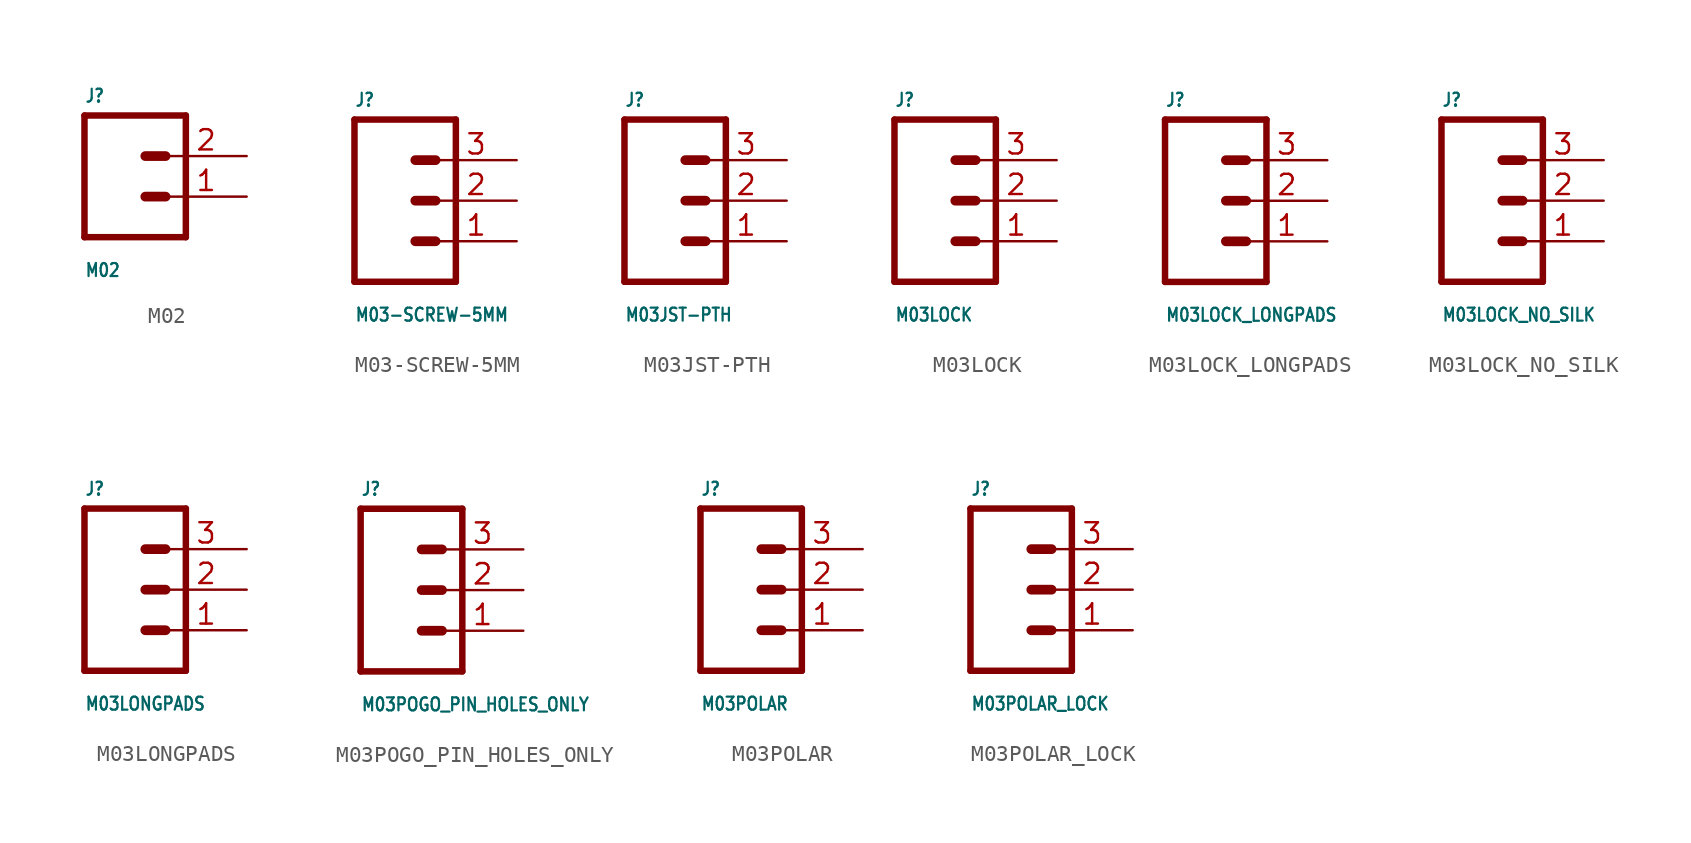
<source format=kicad_sym>
(kicad_symbol_lib
  (version 20211014)
  (generator kicad_symbol_editor)
  (symbol "M02"
    (property "Reference" "J"
      (at -2.54 5.842 0)
      (effects (font (size 0.813 0.691) bold) (justify left bottom)))
    (property "Value" "M02"
      (at -2.54 -5.08 0)
      (effects (font (size 0.813 0.691) bold) (justify left bottom)))
    (property "ki_locked" ""
      (at 0 0 0)
      (effects (font (size 1.27 1.27))))
    (symbol "M02_1_0"
      (polyline (pts (xy -2.54 5.08) (xy -2.54 -2.54)) (stroke (width 0.406) (type default) (color 0 0 0 0)) (fill (type none)))
      (polyline (pts (xy -2.54 5.08) (xy 3.81 5.08)) (stroke (width 0.406) (type default) (color 0 0 0 0)) (fill (type none)))
      (polyline (pts (xy 1.27 0) (xy 2.54 0)) (stroke (width 0.61) (type default) (color 0 0 0 0)) (fill (type none)))
      (polyline (pts (xy 1.27 2.54) (xy 2.54 2.54)) (stroke (width 0.61) (type default) (color 0 0 0 0)) (fill (type none)))
      (polyline (pts (xy 3.81 -2.54) (xy -2.54 -2.54)) (stroke (width 0.406) (type default) (color 0 0 0 0)) (fill (type none)))
      (polyline (pts (xy 3.81 -2.54) (xy 3.81 5.08)) (stroke (width 0.406) (type default) (color 0 0 0 0)) (fill (type none)))
      (pin passive line (at 7.62 0 180) (length 5.08) (name "1" (effects (font (size 0 0)))) (number "1" (effects (font (size 1.27 1.27)))))
      (pin passive line (at 7.62 2.54 180) (length 5.08) (name "2" (effects (font (size 0 0)))) (number "2" (effects (font (size 1.27 1.27)))))))
  (symbol "M03-SCREW-5MM"
    (property "Reference" "J"
      (at -2.54 5.842 0)
      (effects (font (size 0.813 0.691) bold) (justify left bottom)))
    (property "Value" "M03-SCREW-5MM"
      (at -2.54 -7.62 0)
      (effects (font (size 0.813 0.691) bold) (justify left bottom)))
    (property "ki_locked" ""
      (at 0 0 0)
      (effects (font (size 1.27 1.27))))
    (symbol "M03-SCREW-5MM_1_0"
      (polyline (pts (xy -2.54 5.08) (xy -2.54 -5.08)) (stroke (width 0.406) (type default) (color 0 0 0 0)) (fill (type none)))
      (polyline (pts (xy -2.54 5.08) (xy 3.81 5.08)) (stroke (width 0.406) (type default) (color 0 0 0 0)) (fill (type none)))
      (polyline (pts (xy 1.27 -2.54) (xy 2.54 -2.54)) (stroke (width 0.61) (type default) (color 0 0 0 0)) (fill (type none)))
      (polyline (pts (xy 1.27 0) (xy 2.54 0)) (stroke (width 0.61) (type default) (color 0 0 0 0)) (fill (type none)))
      (polyline (pts (xy 1.27 2.54) (xy 2.54 2.54)) (stroke (width 0.61) (type default) (color 0 0 0 0)) (fill (type none)))
      (polyline (pts (xy 3.81 -5.08) (xy -2.54 -5.08)) (stroke (width 0.406) (type default) (color 0 0 0 0)) (fill (type none)))
      (polyline (pts (xy 3.81 -5.08) (xy 3.81 5.08)) (stroke (width 0.406) (type default) (color 0 0 0 0)) (fill (type none)))
      (pin passive line (at 7.62 -2.54 180) (length 5.08) (name "1" (effects (font (size 0 0)))) (number "1" (effects (font (size 1.27 1.27)))))
      (pin passive line (at 7.62 0 180) (length 5.08) (name "2" (effects (font (size 0 0)))) (number "2" (effects (font (size 1.27 1.27)))))
      (pin passive line (at 7.62 2.54 180) (length 5.08) (name "3" (effects (font (size 0 0)))) (number "3" (effects (font (size 1.27 1.27)))))))
  (symbol "M03JST-PTH"
    (property "Reference" "J"
      (at -2.54 5.842 0)
      (effects (font (size 0.813 0.691) bold) (justify left bottom)))
    (property "Value" "M03JST-PTH"
      (at -2.54 -7.62 0)
      (effects (font (size 0.813 0.691) bold) (justify left bottom)))
    (property "ki_locked" ""
      (at 0 0 0)
      (effects (font (size 1.27 1.27))))
    (symbol "M03JST-PTH_1_0"
      (polyline (pts (xy -2.54 5.08) (xy -2.54 -5.08)) (stroke (width 0.406) (type default) (color 0 0 0 0)) (fill (type none)))
      (polyline (pts (xy -2.54 5.08) (xy 3.81 5.08)) (stroke (width 0.406) (type default) (color 0 0 0 0)) (fill (type none)))
      (polyline (pts (xy 1.27 -2.54) (xy 2.54 -2.54)) (stroke (width 0.61) (type default) (color 0 0 0 0)) (fill (type none)))
      (polyline (pts (xy 1.27 0) (xy 2.54 0)) (stroke (width 0.61) (type default) (color 0 0 0 0)) (fill (type none)))
      (polyline (pts (xy 1.27 2.54) (xy 2.54 2.54)) (stroke (width 0.61) (type default) (color 0 0 0 0)) (fill (type none)))
      (polyline (pts (xy 3.81 -5.08) (xy -2.54 -5.08)) (stroke (width 0.406) (type default) (color 0 0 0 0)) (fill (type none)))
      (polyline (pts (xy 3.81 -5.08) (xy 3.81 5.08)) (stroke (width 0.406) (type default) (color 0 0 0 0)) (fill (type none)))
      (pin passive line (at 7.62 -2.54 180) (length 5.08) (name "1" (effects (font (size 0 0)))) (number "1" (effects (font (size 1.27 1.27)))))
      (pin passive line (at 7.62 0 180) (length 5.08) (name "2" (effects (font (size 0 0)))) (number "2" (effects (font (size 1.27 1.27)))))
      (pin passive line (at 7.62 2.54 180) (length 5.08) (name "3" (effects (font (size 0 0)))) (number "3" (effects (font (size 1.27 1.27)))))))
  (symbol "M03LOCK"
    (property "Reference" "J"
      (at -2.54 5.842 0)
      (effects (font (size 0.813 0.691) bold) (justify left bottom)))
    (property "Value" "M03LOCK"
      (at -2.54 -7.62 0)
      (effects (font (size 0.813 0.691) bold) (justify left bottom)))
    (property "ki_locked" ""
      (at 0 0 0)
      (effects (font (size 1.27 1.27))))
    (symbol "M03LOCK_1_0"
      (polyline (pts (xy -2.54 5.08) (xy -2.54 -5.08)) (stroke (width 0.406) (type default) (color 0 0 0 0)) (fill (type none)))
      (polyline (pts (xy -2.54 5.08) (xy 3.81 5.08)) (stroke (width 0.406) (type default) (color 0 0 0 0)) (fill (type none)))
      (polyline (pts (xy 1.27 -2.54) (xy 2.54 -2.54)) (stroke (width 0.61) (type default) (color 0 0 0 0)) (fill (type none)))
      (polyline (pts (xy 1.27 0) (xy 2.54 0)) (stroke (width 0.61) (type default) (color 0 0 0 0)) (fill (type none)))
      (polyline (pts (xy 1.27 2.54) (xy 2.54 2.54)) (stroke (width 0.61) (type default) (color 0 0 0 0)) (fill (type none)))
      (polyline (pts (xy 3.81 -5.08) (xy -2.54 -5.08)) (stroke (width 0.406) (type default) (color 0 0 0 0)) (fill (type none)))
      (polyline (pts (xy 3.81 -5.08) (xy 3.81 5.08)) (stroke (width 0.406) (type default) (color 0 0 0 0)) (fill (type none)))
      (pin passive line (at 7.62 -2.54 180) (length 5.08) (name "1" (effects (font (size 0 0)))) (number "1" (effects (font (size 1.27 1.27)))))
      (pin passive line (at 7.62 0 180) (length 5.08) (name "2" (effects (font (size 0 0)))) (number "2" (effects (font (size 1.27 1.27)))))
      (pin passive line (at 7.62 2.54 180) (length 5.08) (name "3" (effects (font (size 0 0)))) (number "3" (effects (font (size 1.27 1.27)))))))
  (symbol "M03LOCK_LONGPADS"
    (property "Reference" "J"
      (at -2.54 5.842 0)
      (effects (font (size 0.813 0.691) bold) (justify left bottom)))
    (property "Value" "M03LOCK_LONGPADS"
      (at -2.54 -7.62 0)
      (effects (font (size 0.813 0.691) bold) (justify left bottom)))
    (property "ki_locked" ""
      (at 0 0 0)
      (effects (font (size 1.27 1.27))))
    (symbol "M03LOCK_LONGPADS_1_0"
      (polyline (pts (xy -2.54 5.08) (xy -2.54 -5.08)) (stroke (width 0.406) (type default) (color 0 0 0 0)) (fill (type none)))
      (polyline (pts (xy -2.54 5.08) (xy 3.81 5.08)) (stroke (width 0.406) (type default) (color 0 0 0 0)) (fill (type none)))
      (polyline (pts (xy 1.27 -2.54) (xy 2.54 -2.54)) (stroke (width 0.61) (type default) (color 0 0 0 0)) (fill (type none)))
      (polyline (pts (xy 1.27 0) (xy 2.54 0)) (stroke (width 0.61) (type default) (color 0 0 0 0)) (fill (type none)))
      (polyline (pts (xy 1.27 2.54) (xy 2.54 2.54)) (stroke (width 0.61) (type default) (color 0 0 0 0)) (fill (type none)))
      (polyline (pts (xy 3.81 -5.08) (xy -2.54 -5.08)) (stroke (width 0.406) (type default) (color 0 0 0 0)) (fill (type none)))
      (polyline (pts (xy 3.81 -5.08) (xy 3.81 5.08)) (stroke (width 0.406) (type default) (color 0 0 0 0)) (fill (type none)))
      (pin passive line (at 7.62 -2.54 180) (length 5.08) (name "1" (effects (font (size 0 0)))) (number "1" (effects (font (size 1.27 1.27)))))
      (pin passive line (at 7.62 0 180) (length 5.08) (name "2" (effects (font (size 0 0)))) (number "2" (effects (font (size 1.27 1.27)))))
      (pin passive line (at 7.62 2.54 180) (length 5.08) (name "3" (effects (font (size 0 0)))) (number "3" (effects (font (size 1.27 1.27)))))))
  (symbol "M03LOCK_NO_SILK"
    (property "Reference" "J"
      (at -2.54 5.842 0)
      (effects (font (size 0.813 0.691) bold) (justify left bottom)))
    (property "Value" "M03LOCK_NO_SILK"
      (at -2.54 -7.62 0)
      (effects (font (size 0.813 0.691) bold) (justify left bottom)))
    (property "ki_locked" ""
      (at 0 0 0)
      (effects (font (size 1.27 1.27))))
    (symbol "M03LOCK_NO_SILK_1_0"
      (polyline (pts (xy -2.54 5.08) (xy -2.54 -5.08)) (stroke (width 0.406) (type default) (color 0 0 0 0)) (fill (type none)))
      (polyline (pts (xy -2.54 5.08) (xy 3.81 5.08)) (stroke (width 0.406) (type default) (color 0 0 0 0)) (fill (type none)))
      (polyline (pts (xy 1.27 -2.54) (xy 2.54 -2.54)) (stroke (width 0.61) (type default) (color 0 0 0 0)) (fill (type none)))
      (polyline (pts (xy 1.27 0) (xy 2.54 0)) (stroke (width 0.61) (type default) (color 0 0 0 0)) (fill (type none)))
      (polyline (pts (xy 1.27 2.54) (xy 2.54 2.54)) (stroke (width 0.61) (type default) (color 0 0 0 0)) (fill (type none)))
      (polyline (pts (xy 3.81 -5.08) (xy -2.54 -5.08)) (stroke (width 0.406) (type default) (color 0 0 0 0)) (fill (type none)))
      (polyline (pts (xy 3.81 -5.08) (xy 3.81 5.08)) (stroke (width 0.406) (type default) (color 0 0 0 0)) (fill (type none)))
      (pin passive line (at 7.62 -2.54 180) (length 5.08) (name "1" (effects (font (size 0 0)))) (number "1" (effects (font (size 1.27 1.27)))))
      (pin passive line (at 7.62 0 180) (length 5.08) (name "2" (effects (font (size 0 0)))) (number "2" (effects (font (size 1.27 1.27)))))
      (pin passive line (at 7.62 2.54 180) (length 5.08) (name "3" (effects (font (size 0 0)))) (number "3" (effects (font (size 1.27 1.27)))))))
  (symbol "M03LONGPADS"
    (property "Reference" "J"
      (at -2.54 5.842 0)
      (effects (font (size 0.813 0.691) bold) (justify left bottom)))
    (property "Value" "M03LONGPADS"
      (at -2.54 -7.62 0)
      (effects (font (size 0.813 0.691) bold) (justify left bottom)))
    (property "ki_locked" ""
      (at 0 0 0)
      (effects (font (size 1.27 1.27))))
    (symbol "M03LONGPADS_1_0"
      (polyline (pts (xy -2.54 5.08) (xy -2.54 -5.08)) (stroke (width 0.406) (type default) (color 0 0 0 0)) (fill (type none)))
      (polyline (pts (xy -2.54 5.08) (xy 3.81 5.08)) (stroke (width 0.406) (type default) (color 0 0 0 0)) (fill (type none)))
      (polyline (pts (xy 1.27 -2.54) (xy 2.54 -2.54)) (stroke (width 0.61) (type default) (color 0 0 0 0)) (fill (type none)))
      (polyline (pts (xy 1.27 0) (xy 2.54 0)) (stroke (width 0.61) (type default) (color 0 0 0 0)) (fill (type none)))
      (polyline (pts (xy 1.27 2.54) (xy 2.54 2.54)) (stroke (width 0.61) (type default) (color 0 0 0 0)) (fill (type none)))
      (polyline (pts (xy 3.81 -5.08) (xy -2.54 -5.08)) (stroke (width 0.406) (type default) (color 0 0 0 0)) (fill (type none)))
      (polyline (pts (xy 3.81 -5.08) (xy 3.81 5.08)) (stroke (width 0.406) (type default) (color 0 0 0 0)) (fill (type none)))
      (pin passive line (at 7.62 -2.54 180) (length 5.08) (name "1" (effects (font (size 0 0)))) (number "1" (effects (font (size 1.27 1.27)))))
      (pin passive line (at 7.62 0 180) (length 5.08) (name "2" (effects (font (size 0 0)))) (number "2" (effects (font (size 1.27 1.27)))))
      (pin passive line (at 7.62 2.54 180) (length 5.08) (name "3" (effects (font (size 0 0)))) (number "3" (effects (font (size 1.27 1.27)))))))
  (symbol "M03POGO_PIN_HOLES_ONLY"
    (property "Reference" "J"
      (at -2.54 5.842 0)
      (effects (font (size 0.813 0.691) bold) (justify left bottom)))
    (property "Value" "M03POGO_PIN_HOLES_ONLY"
      (at -2.54 -7.62 0)
      (effects (font (size 0.813 0.691) bold) (justify left bottom)))
    (property "ki_locked" ""
      (at 0 0 0)
      (effects (font (size 1.27 1.27))))
    (symbol "M03POGO_PIN_HOLES_ONLY_1_0"
      (polyline (pts (xy -2.54 5.08) (xy -2.54 -5.08)) (stroke (width 0.406) (type default) (color 0 0 0 0)) (fill (type none)))
      (polyline (pts (xy -2.54 5.08) (xy 3.81 5.08)) (stroke (width 0.406) (type default) (color 0 0 0 0)) (fill (type none)))
      (polyline (pts (xy 1.27 -2.54) (xy 2.54 -2.54)) (stroke (width 0.61) (type default) (color 0 0 0 0)) (fill (type none)))
      (polyline (pts (xy 1.27 0) (xy 2.54 0)) (stroke (width 0.61) (type default) (color 0 0 0 0)) (fill (type none)))
      (polyline (pts (xy 1.27 2.54) (xy 2.54 2.54)) (stroke (width 0.61) (type default) (color 0 0 0 0)) (fill (type none)))
      (polyline (pts (xy 3.81 -5.08) (xy -2.54 -5.08)) (stroke (width 0.406) (type default) (color 0 0 0 0)) (fill (type none)))
      (polyline (pts (xy 3.81 -5.08) (xy 3.81 5.08)) (stroke (width 0.406) (type default) (color 0 0 0 0)) (fill (type none)))
      (pin passive line (at 7.62 -2.54 180) (length 5.08) (name "1" (effects (font (size 0 0)))) (number "1" (effects (font (size 1.27 1.27)))))
      (pin passive line (at 7.62 0 180) (length 5.08) (name "2" (effects (font (size 0 0)))) (number "2" (effects (font (size 1.27 1.27)))))
      (pin passive line (at 7.62 2.54 180) (length 5.08) (name "3" (effects (font (size 0 0)))) (number "3" (effects (font (size 1.27 1.27)))))))
  (symbol "M03POLAR"
    (property "Reference" "J"
      (at -2.54 5.842 0)
      (effects (font (size 0.813 0.691) bold) (justify left bottom)))
    (property "Value" "M03POLAR"
      (at -2.54 -7.62 0)
      (effects (font (size 0.813 0.691) bold) (justify left bottom)))
    (property "ki_locked" ""
      (at 0 0 0)
      (effects (font (size 1.27 1.27))))
    (symbol "M03POLAR_1_0"
      (polyline (pts (xy -2.54 5.08) (xy -2.54 -5.08)) (stroke (width 0.406) (type default) (color 0 0 0 0)) (fill (type none)))
      (polyline (pts (xy -2.54 5.08) (xy 3.81 5.08)) (stroke (width 0.406) (type default) (color 0 0 0 0)) (fill (type none)))
      (polyline (pts (xy 1.27 -2.54) (xy 2.54 -2.54)) (stroke (width 0.61) (type default) (color 0 0 0 0)) (fill (type none)))
      (polyline (pts (xy 1.27 0) (xy 2.54 0)) (stroke (width 0.61) (type default) (color 0 0 0 0)) (fill (type none)))
      (polyline (pts (xy 1.27 2.54) (xy 2.54 2.54)) (stroke (width 0.61) (type default) (color 0 0 0 0)) (fill (type none)))
      (polyline (pts (xy 3.81 -5.08) (xy -2.54 -5.08)) (stroke (width 0.406) (type default) (color 0 0 0 0)) (fill (type none)))
      (polyline (pts (xy 3.81 -5.08) (xy 3.81 5.08)) (stroke (width 0.406) (type default) (color 0 0 0 0)) (fill (type none)))
      (pin passive line (at 7.62 -2.54 180) (length 5.08) (name "1" (effects (font (size 0 0)))) (number "1" (effects (font (size 1.27 1.27)))))
      (pin passive line (at 7.62 0 180) (length 5.08) (name "2" (effects (font (size 0 0)))) (number "2" (effects (font (size 1.27 1.27)))))
      (pin passive line (at 7.62 2.54 180) (length 5.08) (name "3" (effects (font (size 0 0)))) (number "3" (effects (font (size 1.27 1.27)))))))
  (symbol "M03POLAR_LOCK"
    (property "Reference" "J"
      (at -2.54 5.842 0)
      (effects (font (size 0.813 0.691) bold) (justify left bottom)))
    (property "Value" "M03POLAR_LOCK"
      (at -2.54 -7.62 0)
      (effects (font (size 0.813 0.691) bold) (justify left bottom)))
    (property "ki_locked" ""
      (at 0 0 0)
      (effects (font (size 1.27 1.27))))
    (symbol "M03POLAR_LOCK_1_0"
      (polyline (pts (xy -2.54 5.08) (xy -2.54 -5.08)) (stroke (width 0.406) (type default) (color 0 0 0 0)) (fill (type none)))
      (polyline (pts (xy -2.54 5.08) (xy 3.81 5.08)) (stroke (width 0.406) (type default) (color 0 0 0 0)) (fill (type none)))
      (polyline (pts (xy 1.27 -2.54) (xy 2.54 -2.54)) (stroke (width 0.61) (type default) (color 0 0 0 0)) (fill (type none)))
      (polyline (pts (xy 1.27 0) (xy 2.54 0)) (stroke (width 0.61) (type default) (color 0 0 0 0)) (fill (type none)))
      (polyline (pts (xy 1.27 2.54) (xy 2.54 2.54)) (stroke (width 0.61) (type default) (color 0 0 0 0)) (fill (type none)))
      (polyline (pts (xy 3.81 -5.08) (xy -2.54 -5.08)) (stroke (width 0.406) (type default) (color 0 0 0 0)) (fill (type none)))
      (polyline (pts (xy 3.81 -5.08) (xy 3.81 5.08)) (stroke (width 0.406) (type default) (color 0 0 0 0)) (fill (type none)))
      (pin passive line (at 7.62 -2.54 180) (length 5.08) (name "1" (effects (font (size 0 0)))) (number "1" (effects (font (size 1.27 1.27)))))
      (pin passive line (at 7.62 0 180) (length 5.08) (name "2" (effects (font (size 0 0)))) (number "2" (effects (font (size 1.27 1.27)))))
      (pin passive line (at 7.62 2.54 180) (length 5.08) (name "3" (effects (font (size 0 0)))) (number "3" (effects (font (size 1.27 1.27))))))))
</source>
